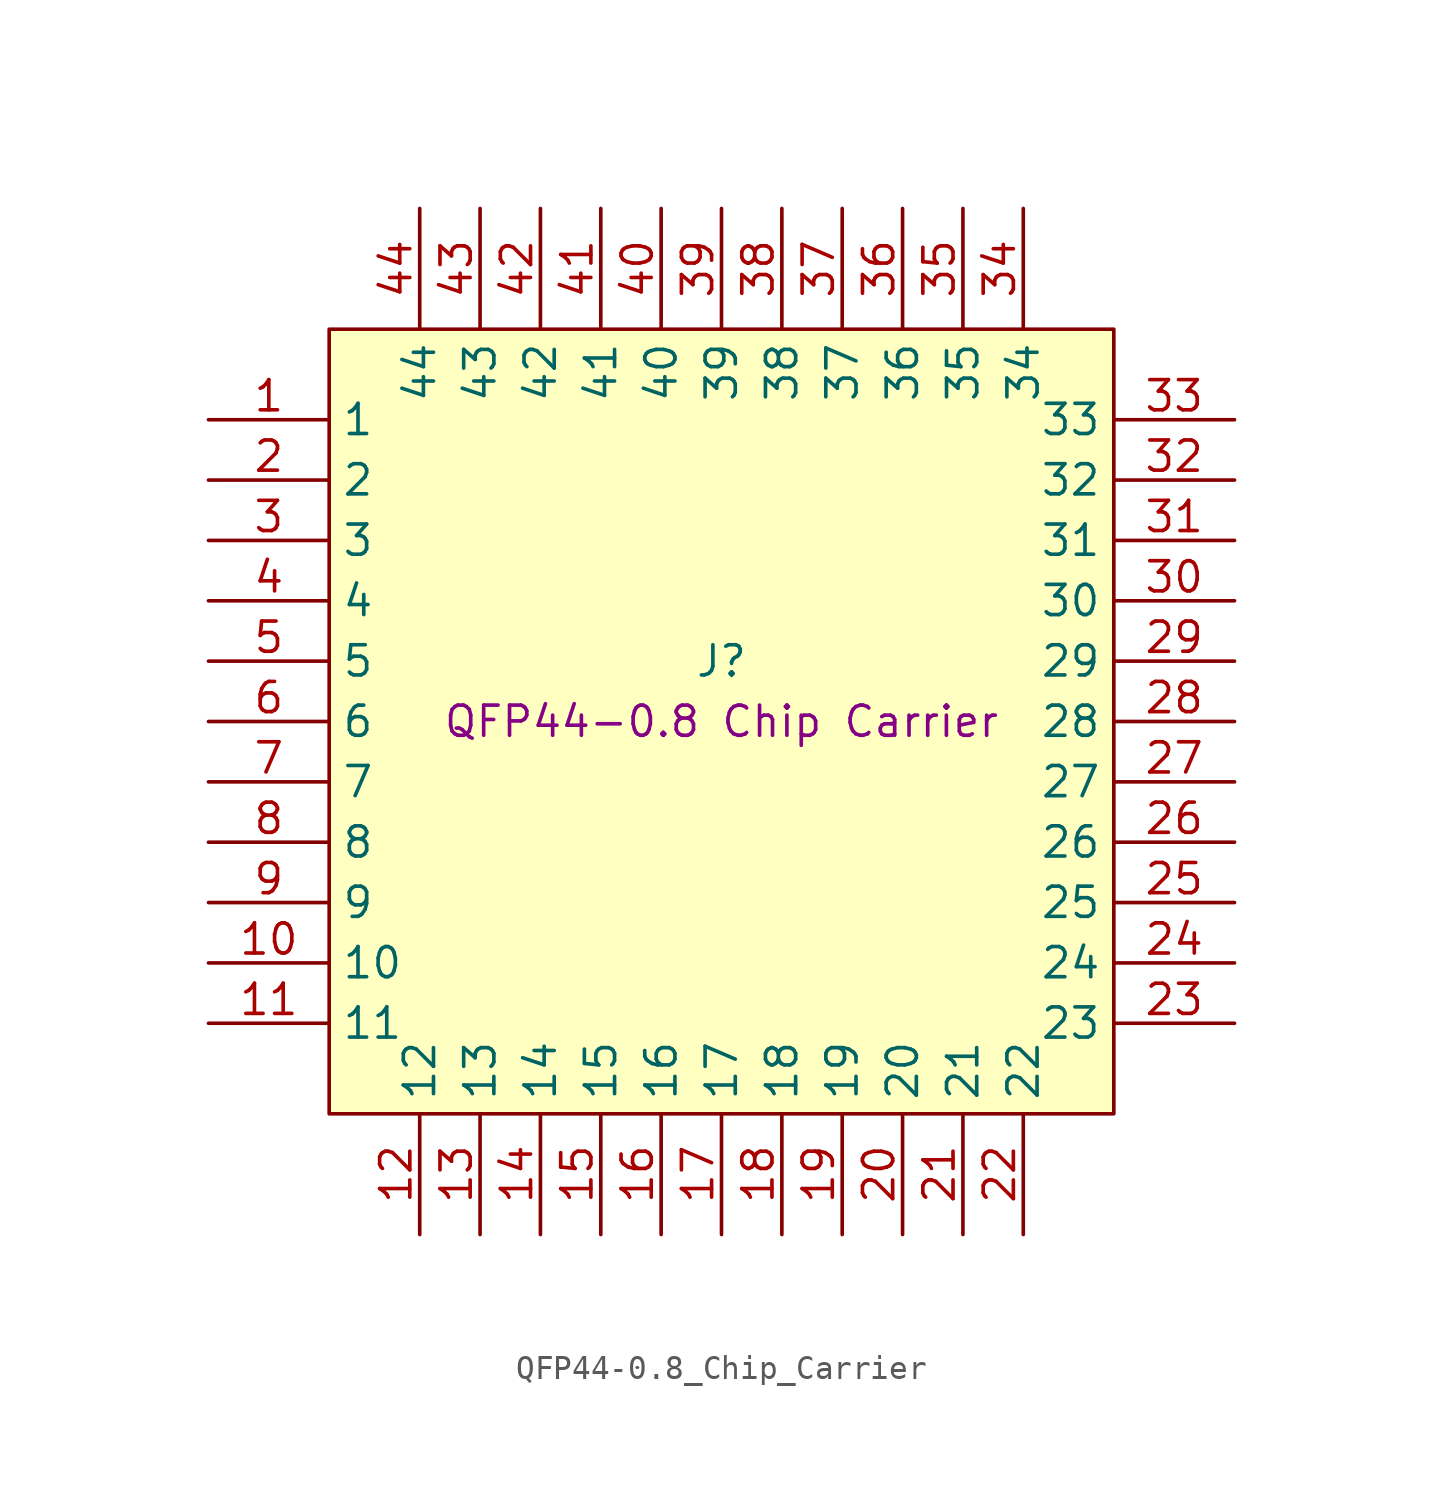
<source format=kicad_sym>
(kicad_symbol_lib
  (version 20231120)
  (generator "kicad_symbol_editor")
  (generator_version "8.0")
  (symbol "QFP44-0.8_Chip_Carrier"
    (property "Reference" "J"
      (at 21.59 -10.16 0)
      (effects (font (size 1.27 1.27))))
    (property "Value" ""
      (at 0 5.08 0)
      (effects (font (size 1.27 1.27))))
    (property "Description" "QFP44-0.8 Chip Carrier"
      (at 21.59 -12.7 0)
      (effects (font (size 1.27 1.27))))
    (symbol "QFP44-0.8_Chip_Carrier_1_0"
      (pin passive line (at 0 0 0) (length 5.08) (name "1" (effects (font (size 1.27 1.27)))) (number "1" (effects (font (size 1.27 1.27)))))
      (pin passive line (at 0 -22.86 0) (length 5.08) (name "10" (effects (font (size 1.27 1.27)))) (number "10" (effects (font (size 1.27 1.27)))))
      (pin passive line (at 0 -25.4 0) (length 5.08) (name "11" (effects (font (size 1.27 1.27)))) (number "11" (effects (font (size 1.27 1.27)))))
      (pin passive line (at 8.89 -34.29 90) (length 5.08) (name "12" (effects (font (size 1.27 1.27)))) (number "12" (effects (font (size 1.27 1.27)))))
      (pin passive line (at 11.43 -34.29 90) (length 5.08) (name "13" (effects (font (size 1.27 1.27)))) (number "13" (effects (font (size 1.27 1.27)))))
      (pin passive line (at 13.97 -34.29 90) (length 5.08) (name "14" (effects (font (size 1.27 1.27)))) (number "14" (effects (font (size 1.27 1.27)))))
      (pin passive line (at 16.51 -34.29 90) (length 5.08) (name "15" (effects (font (size 1.27 1.27)))) (number "15" (effects (font (size 1.27 1.27)))))
      (pin passive line (at 19.05 -34.29 90) (length 5.08) (name "16" (effects (font (size 1.27 1.27)))) (number "16" (effects (font (size 1.27 1.27)))))
      (pin passive line (at 21.59 -34.29 90) (length 5.08) (name "17" (effects (font (size 1.27 1.27)))) (number "17" (effects (font (size 1.27 1.27)))))
      (pin passive line (at 24.13 -34.29 90) (length 5.08) (name "18" (effects (font (size 1.27 1.27)))) (number "18" (effects (font (size 1.27 1.27)))))
      (pin passive line (at 26.67 -34.29 90) (length 5.08) (name "19" (effects (font (size 1.27 1.27)))) (number "19" (effects (font (size 1.27 1.27)))))
      (pin passive line (at 0 -2.54 0) (length 5.08) (name "2" (effects (font (size 1.27 1.27)))) (number "2" (effects (font (size 1.27 1.27)))))
      (pin passive line (at 29.21 -34.29 90) (length 5.08) (name "20" (effects (font (size 1.27 1.27)))) (number "20" (effects (font (size 1.27 1.27)))))
      (pin passive line (at 31.75 -34.29 90) (length 5.08) (name "21" (effects (font (size 1.27 1.27)))) (number "21" (effects (font (size 1.27 1.27)))))
      (pin passive line (at 34.29 -34.29 90) (length 5.08) (name "22" (effects (font (size 1.27 1.27)))) (number "22" (effects (font (size 1.27 1.27)))))
      (pin passive line (at 43.18 -25.4 180) (length 5.08) (name "23" (effects (font (size 1.27 1.27)))) (number "23" (effects (font (size 1.27 1.27)))))
      (pin passive line (at 43.18 -22.86 180) (length 5.08) (name "24" (effects (font (size 1.27 1.27)))) (number "24" (effects (font (size 1.27 1.27)))))
      (pin passive line (at 43.18 -20.32 180) (length 5.08) (name "25" (effects (font (size 1.27 1.27)))) (number "25" (effects (font (size 1.27 1.27)))))
      (pin passive line (at 43.18 -17.78 180) (length 5.08) (name "26" (effects (font (size 1.27 1.27)))) (number "26" (effects (font (size 1.27 1.27)))))
      (pin passive line (at 43.18 -15.24 180) (length 5.08) (name "27" (effects (font (size 1.27 1.27)))) (number "27" (effects (font (size 1.27 1.27)))))
      (pin passive line (at 43.18 -12.7 180) (length 5.08) (name "28" (effects (font (size 1.27 1.27)))) (number "28" (effects (font (size 1.27 1.27)))))
      (pin passive line (at 43.18 -10.16 180) (length 5.08) (name "29" (effects (font (size 1.27 1.27)))) (number "29" (effects (font (size 1.27 1.27)))))
      (pin passive line (at 0 -5.08 0) (length 5.08) (name "3" (effects (font (size 1.27 1.27)))) (number "3" (effects (font (size 1.27 1.27)))))
      (pin passive line (at 43.18 -7.62 180) (length 5.08) (name "30" (effects (font (size 1.27 1.27)))) (number "30" (effects (font (size 1.27 1.27)))))
      (pin passive line (at 43.18 -5.08 180) (length 5.08) (name "31" (effects (font (size 1.27 1.27)))) (number "31" (effects (font (size 1.27 1.27)))))
      (pin passive line (at 43.18 -2.54 180) (length 5.08) (name "32" (effects (font (size 1.27 1.27)))) (number "32" (effects (font (size 1.27 1.27)))))
      (pin passive line (at 43.18 0 180) (length 5.08) (name "33" (effects (font (size 1.27 1.27)))) (number "33" (effects (font (size 1.27 1.27)))))
      (pin passive line (at 34.29 8.89 270) (length 5.08) (name "34" (effects (font (size 1.27 1.27)))) (number "34" (effects (font (size 1.27 1.27)))))
      (pin passive line (at 31.75 8.89 270) (length 5.08) (name "35" (effects (font (size 1.27 1.27)))) (number "35" (effects (font (size 1.27 1.27)))))
      (pin passive line (at 29.21 8.89 270) (length 5.08) (name "36" (effects (font (size 1.27 1.27)))) (number "36" (effects (font (size 1.27 1.27)))))
      (pin passive line (at 26.67 8.89 270) (length 5.08) (name "37" (effects (font (size 1.27 1.27)))) (number "37" (effects (font (size 1.27 1.27)))))
      (pin passive line (at 24.13 8.89 270) (length 5.08) (name "38" (effects (font (size 1.27 1.27)))) (number "38" (effects (font (size 1.27 1.27)))))
      (pin passive line (at 21.59 8.89 270) (length 5.08) (name "39" (effects (font (size 1.27 1.27)))) (number "39" (effects (font (size 1.27 1.27)))))
      (pin passive line (at 0 -7.62 0) (length 5.08) (name "4" (effects (font (size 1.27 1.27)))) (number "4" (effects (font (size 1.27 1.27)))))
      (pin passive line (at 19.05 8.89 270) (length 5.08) (name "40" (effects (font (size 1.27 1.27)))) (number "40" (effects (font (size 1.27 1.27)))))
      (pin passive line (at 16.51 8.89 270) (length 5.08) (name "41" (effects (font (size 1.27 1.27)))) (number "41" (effects (font (size 1.27 1.27)))))
      (pin passive line (at 13.97 8.89 270) (length 5.08) (name "42" (effects (font (size 1.27 1.27)))) (number "42" (effects (font (size 1.27 1.27)))))
      (pin passive line (at 11.43 8.89 270) (length 5.08) (name "43" (effects (font (size 1.27 1.27)))) (number "43" (effects (font (size 1.27 1.27)))))
      (pin passive line (at 8.89 8.89 270) (length 5.08) (name "44" (effects (font (size 1.27 1.27)))) (number "44" (effects (font (size 1.27 1.27)))))
      (pin passive line (at 0 -10.16 0) (length 5.08) (name "5" (effects (font (size 1.27 1.27)))) (number "5" (effects (font (size 1.27 1.27)))))
      (pin passive line (at 0 -12.7 0) (length 5.08) (name "6" (effects (font (size 1.27 1.27)))) (number "6" (effects (font (size 1.27 1.27)))))
      (pin passive line (at 0 -15.24 0) (length 5.08) (name "7" (effects (font (size 1.27 1.27)))) (number "7" (effects (font (size 1.27 1.27)))))
      (pin passive line (at 0 -17.78 0) (length 5.08) (name "8" (effects (font (size 1.27 1.27)))) (number "8" (effects (font (size 1.27 1.27)))))
      (pin passive line (at 0 -20.32 0) (length 5.08) (name "9" (effects (font (size 1.27 1.27)))) (number "9" (effects (font (size 1.27 1.27))))))
    (symbol "QFP44-0.8_Chip_Carrier_1_1"
      (rectangle (start 5.08 3.81) (end 38.1 -29.21) (stroke (width 0) (type default)) (fill (type background))))))
</source>
